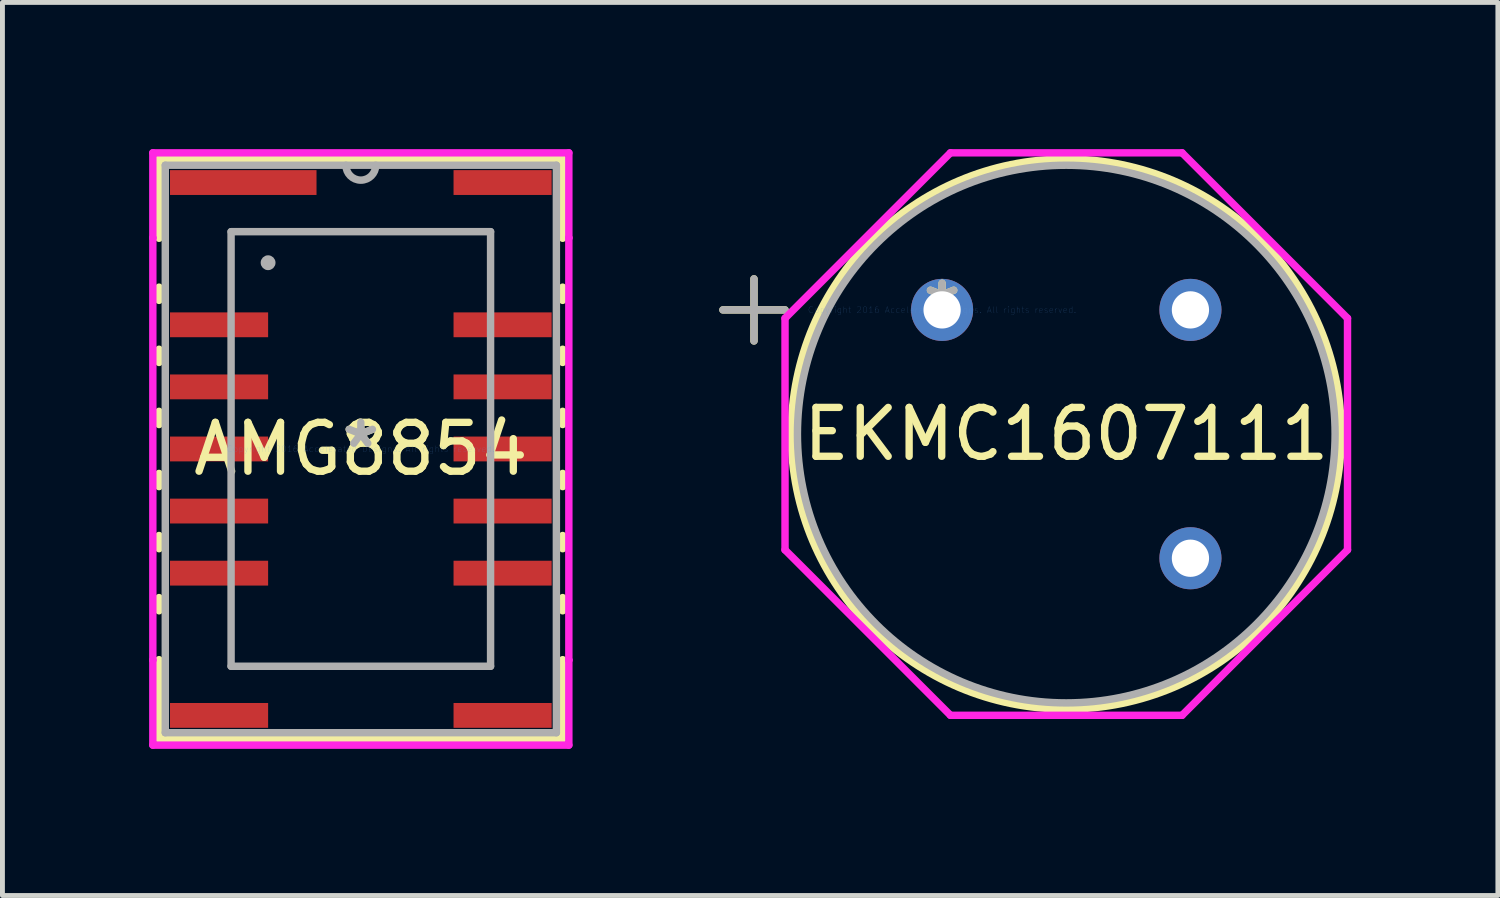
<source format=kicad_pcb>
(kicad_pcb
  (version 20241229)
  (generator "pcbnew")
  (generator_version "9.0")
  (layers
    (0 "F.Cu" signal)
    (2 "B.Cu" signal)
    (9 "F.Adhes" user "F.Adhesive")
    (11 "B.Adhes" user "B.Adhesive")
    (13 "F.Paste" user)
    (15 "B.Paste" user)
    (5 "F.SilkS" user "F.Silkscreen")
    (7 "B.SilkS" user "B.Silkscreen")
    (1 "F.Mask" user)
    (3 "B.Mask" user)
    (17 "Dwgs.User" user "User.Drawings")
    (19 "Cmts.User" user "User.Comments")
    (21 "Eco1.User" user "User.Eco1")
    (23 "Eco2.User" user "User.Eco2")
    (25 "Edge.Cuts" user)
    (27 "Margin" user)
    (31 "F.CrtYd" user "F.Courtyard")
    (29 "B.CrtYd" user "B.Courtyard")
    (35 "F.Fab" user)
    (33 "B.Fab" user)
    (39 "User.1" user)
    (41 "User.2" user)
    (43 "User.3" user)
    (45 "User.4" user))
  (footprint "EKMC1607111"
    (layer "F.Cu")
    (at 16.221 3.289)
    (property "Reference" "EKMC1607111" (at 2.54 2.54 0) (layer "F.SilkS") (effects (font (size 1 1) (thickness 0.15))))
    (attr through_hole)
    (fp_line (start -4.483 0) (end -3.213 0) (stroke (width 0.152) (type solid)) (layer "F.SilkS"))
    (fp_line (start -3.848 -0.635) (end -3.848 0.635) (stroke (width 0.152) (type solid)) (layer "F.SilkS"))
    (fp_circle (center 2.54 2.54) (end 8.166 2.54) (stroke (width 0.152) (type solid)) (fill no) (layer "F.SilkS"))
    (fp_line (start -3.213 0.171) (end 0.171 -3.213) (stroke (width 0.152) (type solid)) (layer "F.CrtYd"))
    (fp_line (start -3.213 4.909) (end -3.213 0.171) (stroke (width 0.152) (type solid)) (layer "F.CrtYd"))
    (fp_line (start 0.171 -3.213) (end 4.909 -3.213) (stroke (width 0.152) (type solid)) (layer "F.CrtYd"))
    (fp_line (start 0.171 8.293) (end -3.213 4.909) (stroke (width 0.152) (type solid)) (layer "F.CrtYd"))
    (fp_line (start 4.909 -3.213) (end 8.293 0.171) (stroke (width 0.152) (type solid)) (layer "F.CrtYd"))
    (fp_line (start 4.909 8.293) (end 0.171 8.293) (stroke (width 0.152) (type solid)) (layer "F.CrtYd"))
    (fp_line (start 8.293 0.171) (end 8.293 4.909) (stroke (width 0.152) (type solid)) (layer "F.CrtYd"))
    (fp_line (start 8.293 4.909) (end 4.909 8.293) (stroke (width 0.152) (type solid)) (layer "F.CrtYd"))
    (fp_line (start -4.483 0) (end -3.213 0) (stroke (width 0.152) (type solid)) (layer "F.Fab"))
    (fp_line (start -3.848 -0.635) (end -3.848 0.635) (stroke (width 0.152) (type solid)) (layer "F.Fab"))
    (fp_circle (center 2.54 2.54) (end 8.039 2.54) (stroke (width 0.152) (type solid)) (fill no) (layer "F.Fab"))
    (fp_text user "*" (at 0 0 0) (layer "F.SilkS") (effects (font (size 1 1) (thickness 0.15))))
    (fp_text user "Copyright 2016 Accelerated Designs. All rights reserved." (at 0 0 0) (layer "Cmts.User") (effects (font (size 0.127 0.127) (thickness 0.002))))
    (fp_text user "*" (at 0 0 0) (layer "F.Fab") (effects (font (size 1 1) (thickness 0.15))))
    (pad "1" thru_hole circle (at 0 0) (size 1.27 1.27) (drill 0.762) (layers "*.Cu" "*.Mask"))
    (pad "2" thru_hole circle (at 5.08 0) (size 1.27 1.27) (drill 0.762) (layers "*.Cu" "*.Mask"))
    (pad "3" thru_hole circle (at 5.08 5.08) (size 1.27 1.27) (drill 0.762) (layers "*.Cu" "*.Mask")))
  (footprint "AMG8854"
    (layer "F.Cu")
    (at 4.331 6.134)
    (property "Reference" "AMG8854" (at 0 0 0) (layer "F.SilkS") (effects (font (size 1 1) (thickness 0.15))))
    (attr through_hole)
    (fp_line (start -4.128 -5.931) (end -4.128 -4.31) (stroke (width 0.152) (type solid)) (layer "F.SilkS"))
    (fp_line (start -4.128 -3.31) (end -4.128 -3.04) (stroke (width 0.152) (type solid)) (layer "F.SilkS"))
    (fp_line (start -4.128 -2.04) (end -4.128 -1.77) (stroke (width 0.152) (type solid)) (layer "F.SilkS"))
    (fp_line (start -4.128 -0.77) (end -4.128 -0.5) (stroke (width 0.152) (type solid)) (layer "F.SilkS"))
    (fp_line (start -4.128 0.5) (end -4.128 0.77) (stroke (width 0.152) (type solid)) (layer "F.SilkS"))
    (fp_line (start -4.128 1.77) (end -4.128 2.04) (stroke (width 0.152) (type solid)) (layer "F.SilkS"))
    (fp_line (start -4.128 3.04) (end -4.128 3.31) (stroke (width 0.152) (type solid)) (layer "F.SilkS"))
    (fp_line (start -4.128 4.31) (end -4.128 5.931) (stroke (width 0.152) (type solid)) (layer "F.SilkS"))
    (fp_line (start -4.128 5.931) (end 4.128 5.931) (stroke (width 0.152) (type solid)) (layer "F.SilkS"))
    (fp_line (start 4.128 -5.931) (end -4.128 -5.931) (stroke (width 0.152) (type solid)) (layer "F.SilkS"))
    (fp_line (start 4.128 -4.31) (end 4.128 -5.931) (stroke (width 0.152) (type solid)) (layer "F.SilkS"))
    (fp_line (start 4.128 -3.04) (end 4.128 -3.31) (stroke (width 0.152) (type solid)) (layer "F.SilkS"))
    (fp_line (start 4.128 -1.77) (end 4.128 -2.04) (stroke (width 0.152) (type solid)) (layer "F.SilkS"))
    (fp_line (start 4.128 -0.5) (end 4.128 -0.77) (stroke (width 0.152) (type solid)) (layer "F.SilkS"))
    (fp_line (start 4.128 0.77) (end 4.128 0.5) (stroke (width 0.152) (type solid)) (layer "F.SilkS"))
    (fp_line (start 4.128 2.04) (end 4.128 1.77) (stroke (width 0.152) (type solid)) (layer "F.SilkS"))
    (fp_line (start 4.128 3.31) (end 4.128 3.04) (stroke (width 0.152) (type solid)) (layer "F.SilkS"))
    (fp_line (start 4.128 5.931) (end 4.128 4.31) (stroke (width 0.152) (type solid)) (layer "F.SilkS"))
    (fp_line (start -4.255 -6.058) (end 4.255 -6.058) (stroke (width 0.152) (type solid)) (layer "F.CrtYd"))
    (fp_line (start -4.255 -4.318) (end -4.255 -6.058) (stroke (width 0.152) (type solid)) (layer "F.CrtYd"))
    (fp_line (start -4.255 -4.318) (end -4.255 -4.318) (stroke (width 0.152) (type solid)) (layer "F.CrtYd"))
    (fp_line (start -4.255 4.318) (end -4.255 -4.318) (stroke (width 0.152) (type solid)) (layer "F.CrtYd"))
    (fp_line (start -4.255 4.318) (end -4.255 4.318) (stroke (width 0.152) (type solid)) (layer "F.CrtYd"))
    (fp_line (start -4.255 6.058) (end -4.255 4.318) (stroke (width 0.152) (type solid)) (layer "F.CrtYd"))
    (fp_line (start 4.255 -6.058) (end 4.255 -4.318) (stroke (width 0.152) (type solid)) (layer "F.CrtYd"))
    (fp_line (start 4.255 -4.318) (end 4.255 -4.318) (stroke (width 0.152) (type solid)) (layer "F.CrtYd"))
    (fp_line (start 4.255 -4.318) (end 4.255 4.318) (stroke (width 0.152) (type solid)) (layer "F.CrtYd"))
    (fp_line (start 4.255 4.318) (end 4.255 4.318) (stroke (width 0.152) (type solid)) (layer "F.CrtYd"))
    (fp_line (start 4.255 4.318) (end 4.255 6.058) (stroke (width 0.152) (type solid)) (layer "F.CrtYd"))
    (fp_line (start 4.255 6.058) (end -4.255 6.058) (stroke (width 0.152) (type solid)) (layer "F.CrtYd"))
    (fp_line (start -4 -5.804) (end -4 5.804) (stroke (width 0.152) (type solid)) (layer "F.Fab"))
    (fp_line (start -4 5.804) (end 4 5.804) (stroke (width 0.152) (type solid)) (layer "F.Fab"))
    (fp_line (start -2.654 -4.445) (end 2.654 -4.445) (stroke (width 0.152) (type solid)) (layer "F.Fab"))
    (fp_line (start -2.654 4.445) (end -2.654 -4.445) (stroke (width 0.152) (type solid)) (layer "F.Fab"))
    (fp_line (start 2.654 -4.445) (end 2.654 4.445) (stroke (width 0.152) (type solid)) (layer "F.Fab"))
    (fp_line (start 2.654 4.445) (end -2.654 4.445) (stroke (width 0.152) (type solid)) (layer "F.Fab"))
    (fp_line (start 4 -5.804) (end -4 -5.804) (stroke (width 0.152) (type solid)) (layer "F.Fab"))
    (fp_line (start 4 5.804) (end 4 -5.804) (stroke (width 0.152) (type solid)) (layer "F.Fab"))
    (fp_arc (start 0.3048 -5.8039) (mid 0 -5.4991) (end -0.3048 -5.8039) (stroke (width 0.1524) (type solid)) (layer "F.Fab"))
    (fp_circle (center -1.897 -3.81) (end -1.897 -3.81) (stroke (width 0.152) (type solid)) (fill no) (layer "F.Fab"))
    (fp_text user "*" (at 0 0 0) (layer "F.SilkS") (effects (font (size 1 1) (thickness 0.15))))
    (fp_text user "Copyright 2016 Accelerated Designs. All rights reserved." (at 0 0 0) (layer "Cmts.User") (effects (font (size 0.127 0.127) (thickness 0.002))))
    (fp_text user "*" (at 0 0 0) (layer "F.Fab") (effects (font (size 1 1) (thickness 0.15))))
    (pad "1" smd rect (at -2.405 -5.45) (size 2.997 0.508) (layers "F.Cu" "F.Mask" "F.Paste"))
    (pad "2" smd rect (at -2.9 -2.54) (size 2.007 0.508) (layers "F.Cu" "F.Mask" "F.Paste"))
    (pad "3" smd rect (at -2.9 -1.27) (size 2.007 0.508) (layers "F.Cu" "F.Mask" "F.Paste"))
    (pad "4" smd rect (at -2.9 0) (size 2.007 0.508) (layers "F.Cu" "F.Mask" "F.Paste"))
    (pad "5" smd rect (at -2.9 1.27) (size 2.007 0.508) (layers "F.Cu" "F.Mask" "F.Paste"))
    (pad "6" smd rect (at -2.9 2.54) (size 2.007 0.508) (layers "F.Cu" "F.Mask" "F.Paste"))
    (pad "7" smd rect (at -2.9 5.45) (size 2.007 0.508) (layers "F.Cu" "F.Mask" "F.Paste"))
    (pad "8" smd rect (at 2.9 5.45) (size 2.007 0.508) (layers "F.Cu" "F.Mask" "F.Paste"))
    (pad "9" smd rect (at 2.9 2.54) (size 2.007 0.508) (layers "F.Cu" "F.Mask" "F.Paste"))
    (pad "10" smd rect (at 2.9 1.27) (size 2.007 0.508) (layers "F.Cu" "F.Mask" "F.Paste"))
    (pad "11" smd rect (at 2.9 0) (size 2.007 0.508) (layers "F.Cu" "F.Mask" "F.Paste"))
    (pad "12" smd rect (at 2.9 -1.27) (size 2.007 0.508) (layers "F.Cu" "F.Mask" "F.Paste"))
    (pad "13" smd rect (at 2.9 -2.54) (size 2.007 0.508) (layers "F.Cu" "F.Mask" "F.Paste"))
    (pad "14" smd rect (at 2.9 -5.45) (size 2.007 0.508) (layers "F.Cu" "F.Mask" "F.Paste")))
  (gr_rect
    (start -3 -3)
    (end 27.59 15.268)
    (stroke (width 0.1) (type default))
    (fill no)
    (layer "Edge.Cuts")))
</source>
